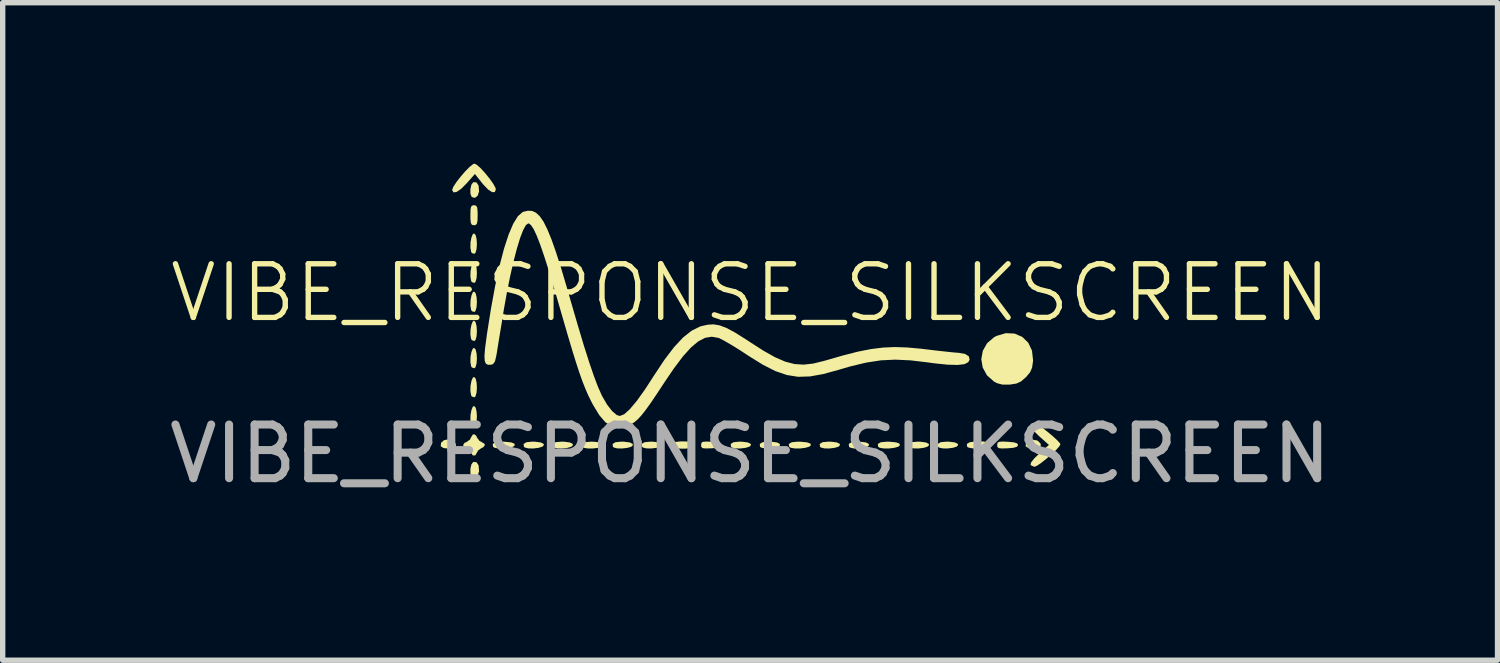
<source format=kicad_pcb>
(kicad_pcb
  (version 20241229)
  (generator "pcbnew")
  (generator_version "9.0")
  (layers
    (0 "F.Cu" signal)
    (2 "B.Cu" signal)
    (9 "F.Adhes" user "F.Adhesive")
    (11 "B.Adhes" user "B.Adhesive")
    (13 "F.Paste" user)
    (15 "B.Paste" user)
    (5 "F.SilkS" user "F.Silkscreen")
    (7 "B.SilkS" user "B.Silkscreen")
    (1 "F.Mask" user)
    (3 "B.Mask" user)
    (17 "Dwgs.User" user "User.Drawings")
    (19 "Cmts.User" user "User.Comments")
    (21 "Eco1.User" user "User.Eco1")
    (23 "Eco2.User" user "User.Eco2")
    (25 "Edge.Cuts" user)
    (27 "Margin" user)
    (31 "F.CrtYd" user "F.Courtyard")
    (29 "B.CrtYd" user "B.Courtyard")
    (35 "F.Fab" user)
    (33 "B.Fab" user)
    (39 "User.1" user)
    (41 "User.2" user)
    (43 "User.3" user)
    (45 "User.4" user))
  (footprint "VIBE_RESPONSE_SILKSCREEN"
    (layer "F.Cu")
    (at 10.935 2.91)
    (property "Reference" "VIBE_RESPONSE_SILKSCREEN" (at 0 -0.5 0) (unlocked yes) (layer "F.SilkS") (effects (font (size 1 1) (thickness 0.1))))
    (attr smd)
    (fp_poly (pts (xy -5.547 2.254) (xy -5.492 2.307) (xy -5.486 2.34) (xy -5.5 2.383) (xy -5.55 2.402) (xy -5.618 2.405) (xy -5.717 2.393) (xy -5.767 2.361) (xy -5.768 2.358) (xy -5.762 2.295) (xy -5.709 2.248) (xy -5.652 2.235)) (stroke (width 0) (type solid)) (fill yes) (layer "F.SilkS"))
    (fp_poly (pts (xy 5.358 2.254) (xy 5.413 2.307) (xy 5.419 2.34) (xy 5.406 2.383) (xy 5.355 2.402) (xy 5.287 2.405) (xy 5.188 2.393) (xy 5.138 2.361) (xy 5.137 2.358) (xy 5.143 2.295) (xy 5.196 2.248) (xy 5.253 2.235)) (stroke (width 0) (type solid)) (fill yes) (layer "F.SilkS"))
    (fp_poly (pts (xy -5.118 -1.579) (xy -5.1 -1.505) (xy -5.094 -1.411) (xy -5.1 -1.317) (xy -5.119 -1.249) (xy -5.139 -1.228) (xy -5.186 -1.241) (xy -5.201 -1.263) (xy -5.215 -1.343) (xy -5.213 -1.441) (xy -5.196 -1.532) (xy -5.17 -1.595) (xy -5.148 -1.609)) (stroke (width 0) (type solid)) (fill yes) (layer "F.SilkS"))
    (fp_poly (pts (xy -5.118 -1.037) (xy -5.1 -0.964) (xy -5.094 -0.869) (xy -5.1 -0.775) (xy -5.119 -0.707) (xy -5.139 -0.686) (xy -5.186 -0.699) (xy -5.201 -0.721) (xy -5.215 -0.802) (xy -5.213 -0.899) (xy -5.196 -0.99) (xy -5.17 -1.053) (xy -5.148 -1.067)) (stroke (width 0) (type solid)) (fill yes) (layer "F.SilkS"))
    (fp_poly (pts (xy -5.118 -0.495) (xy -5.1 -0.422) (xy -5.094 -0.327) (xy -5.1 -0.234) (xy -5.119 -0.165) (xy -5.139 -0.144) (xy -5.186 -0.157) (xy -5.201 -0.18) (xy -5.215 -0.26) (xy -5.213 -0.357) (xy -5.196 -0.448) (xy -5.17 -0.511) (xy -5.148 -0.525)) (stroke (width 0) (type solid)) (fill yes) (layer "F.SilkS"))
    (fp_poly (pts (xy -5.118 0.047) (xy -5.1 0.12) (xy -5.094 0.215) (xy -5.1 0.308) (xy -5.119 0.377) (xy -5.139 0.398) (xy -5.186 0.384) (xy -5.201 0.362) (xy -5.215 0.282) (xy -5.213 0.185) (xy -5.196 0.094) (xy -5.17 0.031) (xy -5.148 0.017)) (stroke (width 0) (type solid)) (fill yes) (layer "F.SilkS"))
    (fp_poly (pts (xy -5.118 0.555) (xy -5.1 0.628) (xy -5.094 0.723) (xy -5.1 0.816) (xy -5.119 0.885) (xy -5.139 0.906) (xy -5.186 0.892) (xy -5.201 0.87) (xy -5.215 0.79) (xy -5.213 0.693) (xy -5.196 0.602) (xy -5.17 0.539) (xy -5.148 0.525)) (stroke (width 0) (type solid)) (fill yes) (layer "F.SilkS"))
    (fp_poly (pts (xy -5.118 1.096) (xy -5.1 1.17) (xy -5.094 1.265) (xy -5.1 1.358) (xy -5.119 1.427) (xy -5.139 1.448) (xy -5.186 1.434) (xy -5.201 1.412) (xy -5.215 1.332) (xy -5.213 1.235) (xy -5.196 1.143) (xy -5.17 1.081) (xy -5.148 1.067)) (stroke (width 0) (type solid)) (fill yes) (layer "F.SilkS"))
    (fp_poly (pts (xy -5.118 1.638) (xy -5.1 1.712) (xy -5.094 1.807) (xy -5.1 1.9) (xy -5.119 1.969) (xy -5.139 1.99) (xy -5.186 1.976) (xy -5.201 1.954) (xy -5.215 1.874) (xy -5.213 1.777) (xy -5.196 1.685) (xy -5.17 1.623) (xy -5.148 1.609)) (stroke (width 0) (type solid)) (fill yes) (layer "F.SilkS"))
    (fp_poly (pts (xy -5.101 -2.559) (xy -5.062 -2.499) (xy -5.054 -2.397) (xy -5.054 -2.388) (xy -5.08 -2.31) (xy -5.13 -2.271) (xy -5.186 -2.285) (xy -5.192 -2.29) (xy -5.215 -2.349) (xy -5.215 -2.434) (xy -5.197 -2.515) (xy -5.163 -2.562) (xy -5.161 -2.563)) (stroke (width 0) (type solid)) (fill yes) (layer "F.SilkS"))
    (fp_poly (pts (xy -5.101 2.657) (xy -5.062 2.716) (xy -5.054 2.819) (xy -5.054 2.828) (xy -5.08 2.905) (xy -5.13 2.944) (xy -5.186 2.93) (xy -5.192 2.925) (xy -5.215 2.866) (xy -5.215 2.781) (xy -5.197 2.7) (xy -5.163 2.653) (xy -5.161 2.653)) (stroke (width 0) (type solid)) (fill yes) (layer "F.SilkS"))
    (fp_poly (pts (xy -4.568 2.276) (xy -4.455 2.288) (xy -4.398 2.31) (xy -4.386 2.337) (xy -4.416 2.367) (xy -4.491 2.389) (xy -4.589 2.401) (xy -4.687 2.401) (xy -4.764 2.388) (xy -4.793 2.369) (xy -4.799 2.317) (xy -4.743 2.285) (xy -4.63 2.274)) (stroke (width 0) (type solid)) (fill yes) (layer "F.SilkS"))
    (fp_poly (pts (xy -4.009 2.275) (xy -3.902 2.289) (xy -3.851 2.315) (xy -3.844 2.337) (xy -3.874 2.368) (xy -3.948 2.39) (xy -4.042 2.401) (xy -4.135 2.4) (xy -4.201 2.383) (xy -4.217 2.369) (xy -4.223 2.317) (xy -4.169 2.284) (xy -4.06 2.274)) (stroke (width 0) (type solid)) (fill yes) (layer "F.SilkS"))
    (fp_poly (pts (xy -3.468 2.275) (xy -3.36 2.289) (xy -3.309 2.315) (xy -3.302 2.337) (xy -3.332 2.368) (xy -3.406 2.39) (xy -3.501 2.401) (xy -3.593 2.4) (xy -3.659 2.383) (xy -3.675 2.369) (xy -3.681 2.317) (xy -3.627 2.284) (xy -3.518 2.274)) (stroke (width 0) (type solid)) (fill yes) (layer "F.SilkS"))
    (fp_poly (pts (xy -2.909 2.276) (xy -2.796 2.288) (xy -2.739 2.31) (xy -2.726 2.337) (xy -2.756 2.367) (xy -2.831 2.389) (xy -2.929 2.401) (xy -3.028 2.401) (xy -3.104 2.388) (xy -3.134 2.369) (xy -3.14 2.317) (xy -3.084 2.285) (xy -2.97 2.274)) (stroke (width 0) (type solid)) (fill yes) (layer "F.SilkS"))
    (fp_poly (pts (xy -2.35 2.275) (xy -2.242 2.289) (xy -2.192 2.315) (xy -2.184 2.337) (xy -2.214 2.368) (xy -2.288 2.39) (xy -2.383 2.401) (xy -2.475 2.4) (xy -2.542 2.383) (xy -2.558 2.369) (xy -2.564 2.317) (xy -2.509 2.284) (xy -2.4 2.274)) (stroke (width 0) (type solid)) (fill yes) (layer "F.SilkS"))
    (fp_poly (pts (xy -1.808 2.275) (xy -1.7 2.289) (xy -1.65 2.315) (xy -1.643 2.337) (xy -1.672 2.368) (xy -1.746 2.39) (xy -1.841 2.401) (xy -1.933 2.4) (xy -2 2.383) (xy -2.016 2.369) (xy -2.022 2.317) (xy -1.968 2.284) (xy -1.858 2.274)) (stroke (width 0) (type solid)) (fill yes) (layer "F.SilkS"))
    (fp_poly (pts (xy -0.149 2.275) (xy -0.041 2.289) (xy 0.01 2.315) (xy 0.017 2.337) (xy -0.013 2.368) (xy -0.087 2.39) (xy -0.182 2.401) (xy -0.274 2.4) (xy -0.341 2.383) (xy -0.356 2.369) (xy -0.362 2.317) (xy -0.308 2.284) (xy -0.199 2.274)) (stroke (width 0) (type solid)) (fill yes) (layer "F.SilkS"))
    (fp_poly (pts (xy 0.393 2.275) (xy 0.501 2.289) (xy 0.552 2.315) (xy 0.559 2.337) (xy 0.529 2.368) (xy 0.455 2.39) (xy 0.36 2.401) (xy 0.268 2.4) (xy 0.201 2.383) (xy 0.185 2.369) (xy 0.18 2.317) (xy 0.234 2.284) (xy 0.343 2.274)) (stroke (width 0) (type solid)) (fill yes) (layer "F.SilkS"))
    (fp_poly (pts (xy 0.952 2.276) (xy 1.065 2.288) (xy 1.122 2.31) (xy 1.135 2.337) (xy 1.105 2.367) (xy 1.029 2.389) (xy 0.931 2.401) (xy 0.833 2.401) (xy 0.757 2.388) (xy 0.727 2.369) (xy 0.721 2.317) (xy 0.777 2.285) (xy 0.891 2.274)) (stroke (width 0) (type solid)) (fill yes) (layer "F.SilkS"))
    (fp_poly (pts (xy 1.511 2.275) (xy 1.619 2.289) (xy 1.669 2.315) (xy 1.676 2.337) (xy 1.647 2.368) (xy 1.573 2.39) (xy 1.478 2.401) (xy 1.386 2.4) (xy 1.319 2.383) (xy 1.303 2.369) (xy 1.297 2.317) (xy 1.351 2.284) (xy 1.461 2.274)) (stroke (width 0) (type solid)) (fill yes) (layer "F.SilkS"))
    (fp_poly (pts (xy 2.053 2.275) (xy 2.16 2.289) (xy 2.211 2.315) (xy 2.218 2.337) (xy 2.188 2.368) (xy 2.115 2.39) (xy 2.02 2.401) (xy 1.927 2.4) (xy 1.861 2.383) (xy 1.845 2.369) (xy 1.839 2.317) (xy 1.893 2.284) (xy 2.002 2.274)) (stroke (width 0) (type solid)) (fill yes) (layer "F.SilkS"))
    (fp_poly (pts (xy 2.611 2.276) (xy 2.725 2.288) (xy 2.782 2.31) (xy 2.794 2.337) (xy 2.764 2.367) (xy 2.689 2.389) (xy 2.591 2.401) (xy 2.493 2.401) (xy 2.416 2.388) (xy 2.387 2.369) (xy 2.381 2.317) (xy 2.436 2.285) (xy 2.55 2.274)) (stroke (width 0) (type solid)) (fill yes) (layer "F.SilkS"))
    (fp_poly (pts (xy 3.17 2.275) (xy 3.278 2.289) (xy 3.329 2.315) (xy 3.336 2.337) (xy 3.306 2.368) (xy 3.232 2.39) (xy 3.137 2.401) (xy 3.045 2.4) (xy 2.978 2.383) (xy 2.963 2.369) (xy 2.957 2.317) (xy 3.011 2.284) (xy 3.12 2.274)) (stroke (width 0) (type solid)) (fill yes) (layer "F.SilkS"))
    (fp_poly (pts (xy 3.712 2.275) (xy 3.82 2.289) (xy 3.871 2.315) (xy 3.878 2.337) (xy 3.848 2.368) (xy 3.774 2.39) (xy 3.679 2.401) (xy 3.587 2.4) (xy 3.52 2.383) (xy 3.504 2.369) (xy 3.498 2.317) (xy 3.553 2.284) (xy 3.662 2.274)) (stroke (width 0) (type solid)) (fill yes) (layer "F.SilkS"))
    (fp_poly (pts (xy -0.72 2.276) (xy -0.603 2.287) (xy -0.541 2.307) (xy -0.525 2.337) (xy -0.544 2.368) (xy -0.608 2.388) (xy -0.72 2.398) (xy -0.83 2.401) (xy -0.888 2.394) (xy -0.911 2.37) (xy -0.914 2.337) (xy -0.908 2.297) (xy -0.88 2.277) (xy -0.812 2.272)) (stroke (width 0) (type solid)) (fill yes) (layer "F.SilkS"))
    (fp_poly (pts (xy 4.801 2.276) (xy 4.918 2.287) (xy 4.979 2.307) (xy 4.995 2.337) (xy 4.977 2.368) (xy 4.912 2.388) (xy 4.801 2.398) (xy 4.691 2.401) (xy 4.632 2.394) (xy 4.609 2.37) (xy 4.606 2.337) (xy 4.612 2.297) (xy 4.641 2.277) (xy 4.708 2.272)) (stroke (width 0) (type solid)) (fill yes) (layer "F.SilkS"))
    (fp_poly (pts (xy -1.161 2.272) (xy -1.106 2.285) (xy -1.086 2.314) (xy -1.084 2.337) (xy -1.092 2.376) (xy -1.127 2.396) (xy -1.206 2.404) (xy -1.268 2.405) (xy -1.374 2.399) (xy -1.45 2.384) (xy -1.473 2.371) (xy -1.481 2.317) (xy -1.425 2.284) (xy -1.304 2.27) (xy -1.268 2.269)) (stroke (width 0) (type solid)) (fill yes) (layer "F.SilkS"))
    (fp_poly (pts (xy 4.359 2.272) (xy 4.415 2.285) (xy 4.435 2.314) (xy 4.437 2.337) (xy 4.428 2.376) (xy 4.393 2.396) (xy 4.315 2.404) (xy 4.252 2.405) (xy 4.146 2.399) (xy 4.07 2.384) (xy 4.047 2.371) (xy 4.04 2.317) (xy 4.096 2.284) (xy 4.216 2.27) (xy 4.252 2.269)) (stroke (width 0) (type solid)) (fill yes) (layer "F.SilkS"))
    (fp_poly (pts (xy -5.109 -2.126) (xy -5.088 -2.091) (xy -5.081 -2.013) (xy -5.08 -1.947) (xy -5.083 -1.84) (xy -5.096 -1.784) (xy -5.124 -1.763) (xy -5.148 -1.761) (xy -5.187 -1.769) (xy -5.207 -1.804) (xy -5.215 -1.882) (xy -5.215 -1.947) (xy -5.213 -2.055) (xy -5.2 -2.111) (xy -5.171 -2.132) (xy -5.148 -2.134)) (stroke (width 0) (type solid)) (fill yes) (layer "F.SilkS"))
    (fp_poly (pts (xy -5.107 2.162) (xy -5.091 2.198) (xy -5.046 2.26) (xy -5.009 2.28) (xy -4.956 2.311) (xy -4.945 2.337) (xy -4.973 2.377) (xy -5.009 2.394) (xy -5.071 2.438) (xy -5.091 2.475) (xy -5.126 2.532) (xy -5.173 2.529) (xy -5.205 2.475) (xy -5.249 2.413) (xy -5.286 2.394) (xy -5.34 2.362) (xy -5.351 2.337) (xy -5.323 2.296) (xy -5.286 2.28) (xy -5.224 2.236) (xy -5.205 2.198) (xy -5.173 2.145) (xy -5.148 2.134)) (stroke (width 0) (type solid)) (fill yes) (layer "F.SilkS"))
    (fp_poly (pts (xy 4.93 0.259) (xy 5.073 0.321) (xy 5.185 0.429) (xy 5.255 0.577) (xy 5.275 0.758) (xy 5.274 0.773) (xy 5.257 0.894) (xy 5.22 0.98) (xy 5.147 1.067) (xy 5.139 1.075) (xy 5.051 1.151) (xy 4.965 1.191) (xy 4.849 1.209) (xy 4.837 1.21) (xy 4.703 1.21) (xy 4.603 1.184) (xy 4.548 1.155) (xy 4.415 1.037) (xy 4.336 0.892) (xy 4.31 0.736) (xy 4.338 0.581) (xy 4.417 0.44) (xy 4.548 0.327) (xy 4.593 0.303) (xy 4.767 0.251)) (stroke (width 0) (type solid)) (fill yes) (layer "F.SilkS"))
    (fp_poly (pts (xy 5.353 1.952) (xy 5.436 2.006) (xy 5.535 2.082) (xy 5.635 2.165) (xy 5.72 2.243) (xy 5.774 2.302) (xy 5.785 2.321) (xy 5.765 2.361) (xy 5.705 2.428) (xy 5.619 2.51) (xy 5.521 2.595) (xy 5.425 2.671) (xy 5.347 2.724) (xy 5.3 2.743) (xy 5.241 2.718) (xy 5.228 2.703) (xy 5.239 2.659) (xy 5.3 2.584) (xy 5.387 2.499) (xy 5.571 2.335) (xy 5.388 2.172) (xy 5.282 2.067) (xy 5.234 1.991) (xy 5.243 1.945) (xy 5.304 1.93)) (stroke (width 0) (type solid)) (fill yes) (layer "F.SilkS"))
    (fp_poly (pts (xy -5.093 -2.886) (xy -5.02 -2.82) (xy -4.937 -2.729) (xy -4.855 -2.627) (xy -4.787 -2.531) (xy -4.747 -2.456) (xy -4.741 -2.43) (xy -4.76 -2.378) (xy -4.81 -2.378) (xy -4.883 -2.425) (xy -4.973 -2.518) (xy -4.995 -2.545) (xy -5.131 -2.716) (xy -5.283 -2.544) (xy -5.384 -2.442) (xy -5.468 -2.384) (xy -5.527 -2.372) (xy -5.553 -2.411) (xy -5.554 -2.424) (xy -5.532 -2.479) (xy -5.476 -2.565) (xy -5.398 -2.665) (xy -5.312 -2.765) (xy -5.23 -2.848) (xy -5.165 -2.9) (xy -5.141 -2.91)) (stroke (width 0) (type solid)) (fill yes) (layer "F.SilkS"))
    (fp_poly (pts (xy -4.067 -2.028) (xy -3.995 -1.996) (xy -3.924 -1.931) (xy -3.853 -1.829) (xy -3.781 -1.685) (xy -3.703 -1.496) (xy -3.619 -1.257) (xy -3.525 -0.964) (xy -3.42 -0.611) (xy -3.34 -0.332) (xy -3.213 0.104) (xy -3.101 0.478) (xy -3.001 0.792) (xy -2.913 1.049) (xy -2.836 1.253) (xy -2.768 1.406) (xy -2.759 1.424) (xy -2.667 1.583) (xy -2.574 1.703) (xy -2.487 1.777) (xy -2.43 1.795) (xy -2.349 1.764) (xy -2.243 1.669) (xy -2.112 1.513) (xy -1.955 1.293) (xy -1.797 1.049) (xy -1.599 0.75) (xy -1.419 0.513) (xy -1.251 0.333) (xy -1.093 0.207) (xy -0.942 0.131) (xy -0.916 0.122) (xy -0.795 0.094) (xy -0.683 0.087) (xy -0.568 0.106) (xy -0.44 0.155) (xy -0.286 0.237) (xy -0.096 0.356) (xy -0.003 0.417) (xy 0.251 0.58) (xy 0.466 0.701) (xy 0.654 0.782) (xy 0.827 0.827) (xy 0.996 0.838) (xy 1.172 0.819) (xy 1.369 0.771) (xy 1.405 0.761) (xy 1.731 0.667) (xy 2.009 0.596) (xy 2.253 0.548) (xy 2.478 0.52) (xy 2.698 0.51) (xy 2.928 0.518) (xy 3.183 0.541) (xy 3.291 0.554) (xy 3.474 0.576) (xy 3.646 0.595) (xy 3.789 0.61) (xy 3.885 0.618) (xy 3.891 0.618) (xy 4.01 0.64) (xy 4.079 0.685) (xy 4.092 0.747) (xy 4.066 0.793) (xy 3.998 0.829) (xy 3.871 0.844) (xy 3.681 0.839) (xy 3.429 0.813) (xy 3.302 0.795) (xy 2.986 0.758) (xy 2.704 0.745) (xy 2.438 0.758) (xy 2.166 0.8) (xy 1.868 0.871) (xy 1.643 0.937) (xy 1.36 1.014) (xy 1.116 1.058) (xy 0.895 1.065) (xy 0.686 1.032) (xy 0.472 0.959) (xy 0.241 0.842) (xy -0.022 0.679) (xy -0.055 0.657) (xy -0.213 0.554) (xy -0.361 0.463) (xy -0.486 0.391) (xy -0.573 0.346) (xy -0.593 0.339) (xy -0.715 0.318) (xy -0.838 0.338) (xy -0.966 0.404) (xy -1.103 0.519) (xy -1.254 0.686) (xy -1.422 0.91) (xy -1.586 1.151) (xy -1.734 1.376) (xy -1.852 1.551) (xy -1.947 1.683) (xy -2.024 1.781) (xy -2.09 1.853) (xy -2.151 1.906) (xy -2.212 1.947) (xy -2.233 1.959) (xy -2.353 2.015) (xy -2.455 2.026) (xy -2.567 1.995) (xy -2.592 1.985) (xy -2.701 1.91) (xy -2.813 1.779) (xy -2.93 1.586) (xy -2.971 1.507) (xy -3.025 1.396) (xy -3.076 1.277) (xy -3.129 1.142) (xy -3.185 0.984) (xy -3.247 0.794) (xy -3.318 0.565) (xy -3.4 0.29) (xy -3.496 -0.04) (xy -3.54 -0.193) (xy -3.654 -0.586) (xy -3.754 -0.917) (xy -3.841 -1.189) (xy -3.916 -1.406) (xy -3.981 -1.572) (xy -4.036 -1.689) (xy -4.084 -1.761) (xy -4.125 -1.793) (xy -4.137 -1.795) (xy -4.181 -1.762) (xy -4.232 -1.669) (xy -4.289 -1.521) (xy -4.349 -1.324) (xy -4.411 -1.085) (xy -4.474 -0.809) (xy -4.535 -0.504) (xy -4.594 -0.175) (xy -4.604 -0.11) (xy -4.638 0.101) (xy -4.671 0.299) (xy -4.699 0.471) (xy -4.72 0.603) (xy -4.733 0.677) (xy -4.757 0.778) (xy -4.792 0.827) (xy -4.829 0.84) (xy -4.887 0.841) (xy -4.927 0.82) (xy -4.948 0.767) (xy -4.953 0.676) (xy -4.942 0.536) (xy -4.916 0.341) (xy -4.909 0.285) (xy -4.833 -0.196) (xy -4.754 -0.627) (xy -4.672 -1.004) (xy -4.588 -1.325) (xy -4.502 -1.588) (xy -4.416 -1.79) (xy -4.329 -1.93) (xy -4.243 -2.005) (xy -4.229 -2.011) (xy -4.145 -2.031)) (stroke (width 0) (type solid)) (fill yes) (layer "F.SilkS"))
    (fp_text user "${REFERENCE}" (at 0 2.5 0) (unlocked yes) (layer "F.Fab") (effects (font (size 1 1) (thickness 0.15)))))
  (gr_rect
    (start -3 -3)
    (end 24.869 9.259)
    (stroke (width 0.1) (type default))
    (fill no)
    (layer "Edge.Cuts")))
</source>
